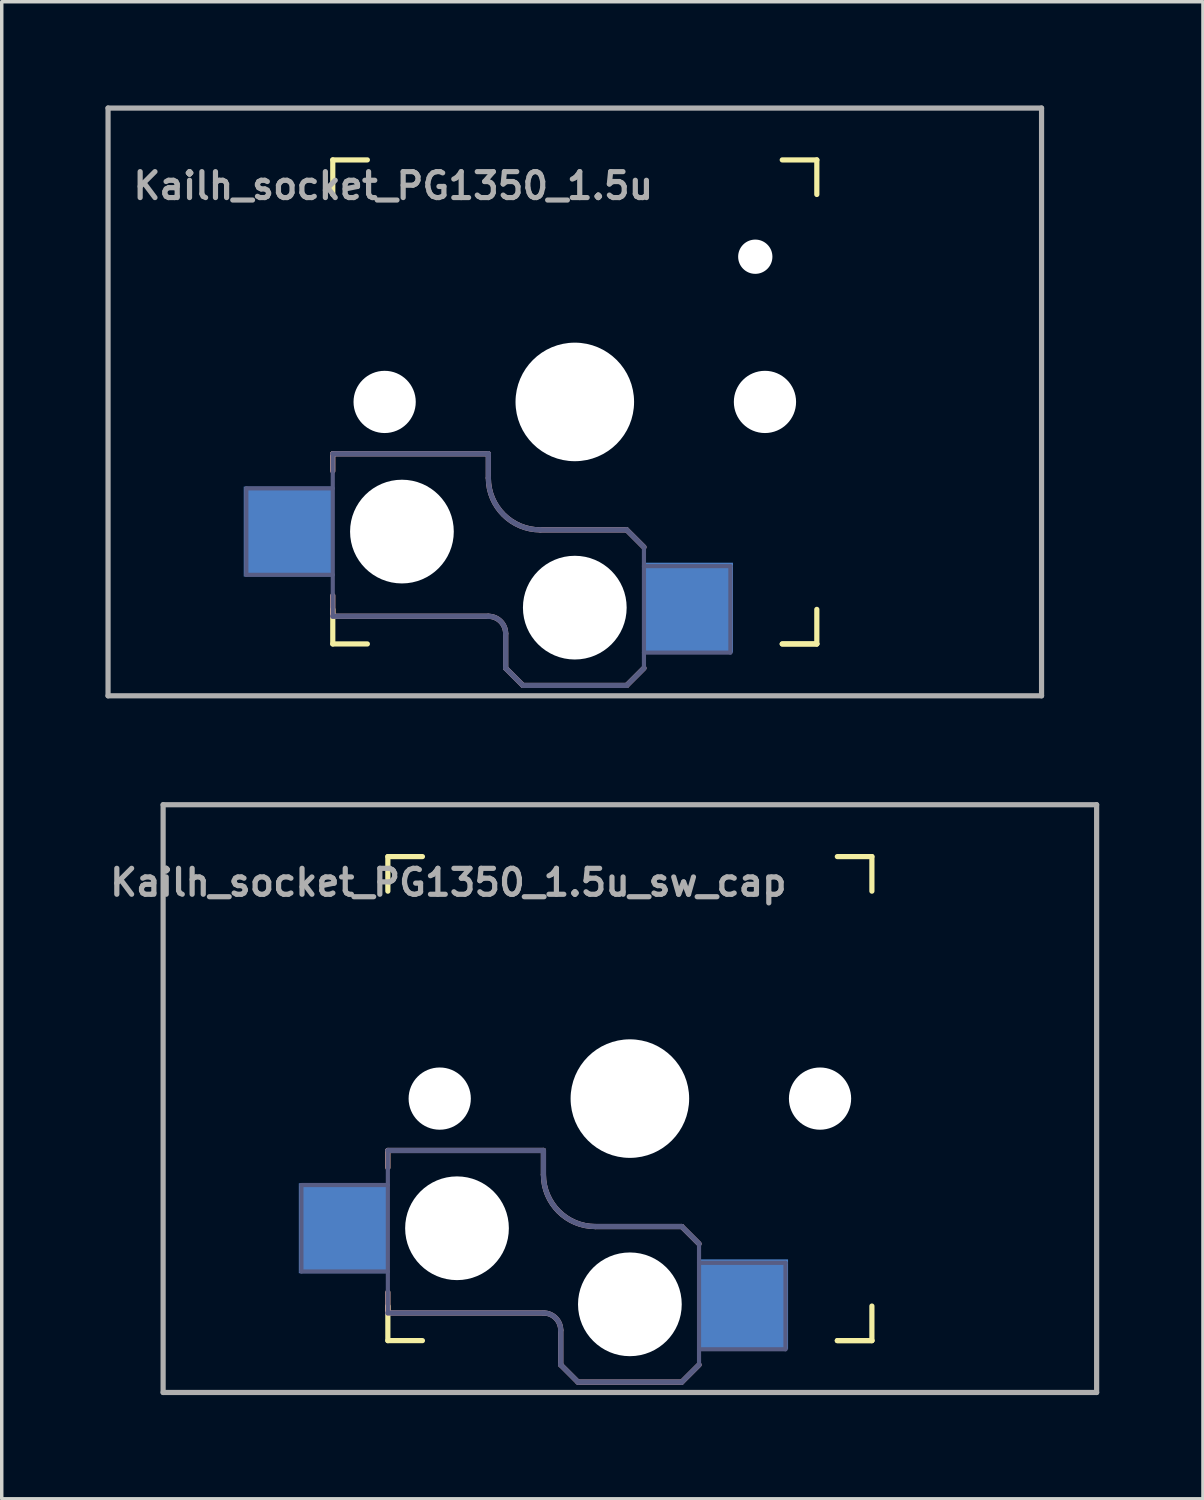
<source format=kicad_pcb>
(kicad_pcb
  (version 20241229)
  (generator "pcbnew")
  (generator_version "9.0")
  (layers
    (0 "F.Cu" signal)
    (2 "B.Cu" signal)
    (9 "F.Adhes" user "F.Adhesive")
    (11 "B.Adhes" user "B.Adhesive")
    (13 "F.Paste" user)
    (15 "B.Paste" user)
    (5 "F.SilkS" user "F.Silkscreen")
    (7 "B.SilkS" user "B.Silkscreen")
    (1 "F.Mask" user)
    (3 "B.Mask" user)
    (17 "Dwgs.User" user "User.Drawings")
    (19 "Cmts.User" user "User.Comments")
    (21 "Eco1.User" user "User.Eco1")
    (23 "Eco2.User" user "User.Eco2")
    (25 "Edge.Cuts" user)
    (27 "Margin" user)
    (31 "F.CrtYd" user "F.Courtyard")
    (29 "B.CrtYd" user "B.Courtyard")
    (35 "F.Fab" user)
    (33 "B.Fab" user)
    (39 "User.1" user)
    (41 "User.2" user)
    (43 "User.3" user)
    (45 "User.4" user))
  (footprint "Kailh_socket_PG1350_1.5u_sw_cap"
    (layer "F.Cu")
    (at 15.168 28.725)
    (property "Reference" "Kailh_socket_PG1350_1.5u_sw_cap" (at -5.25 -6.25 180) (layer "F.Fab") (effects (font (size 0.75 0.75) (thickness 0.15))))
    (attr smd)
    (fp_line (start -7 -6) (end -7 -7) (stroke (width 0.15) (type solid)) (layer "F.SilkS"))
    (fp_line (start -7 7) (end -7 6) (stroke (width 0.15) (type solid)) (layer "F.SilkS"))
    (fp_line (start -7 7) (end -6 7) (stroke (width 0.15) (type solid)) (layer "F.SilkS"))
    (fp_line (start -6 -7) (end -7 -7) (stroke (width 0.15) (type solid)) (layer "F.SilkS"))
    (fp_line (start 6 7) (end 7 7) (stroke (width 0.15) (type solid)) (layer "F.SilkS"))
    (fp_line (start 7 -7) (end 6 -7) (stroke (width 0.15) (type solid)) (layer "F.SilkS"))
    (fp_line (start 7 -7) (end 7 -6) (stroke (width 0.15) (type solid)) (layer "F.SilkS"))
    (fp_line (start 7 6) (end 7 7) (stroke (width 0.15) (type solid)) (layer "F.SilkS"))
    (fp_line (start 7 7) (end 6 7) (stroke (width 0.15) (type solid)) (layer "F.SilkS"))
    (fp_line (start -7 1.5) (end -7 2) (stroke (width 0.15) (type solid)) (layer "B.SilkS"))
    (fp_line (start -7 5.6) (end -7 6.2) (stroke (width 0.15) (type solid)) (layer "B.SilkS"))
    (fp_line (start -7 6.2) (end -2.5 6.2) (stroke (width 0.15) (type solid)) (layer "B.SilkS"))
    (fp_line (start -2.5 1.5) (end -7 1.5) (stroke (width 0.15) (type solid)) (layer "B.SilkS"))
    (fp_line (start -2.5 2.2) (end -2.5 1.5) (stroke (width 0.15) (type solid)) (layer "B.SilkS"))
    (fp_line (start -2 6.7) (end -2 7.7) (stroke (width 0.15) (type solid)) (layer "B.SilkS"))
    (fp_line (start -1.5 8.2) (end -2 7.7) (stroke (width 0.15) (type solid)) (layer "B.SilkS"))
    (fp_line (start 1.5 3.7) (end -1 3.7) (stroke (width 0.15) (type solid)) (layer "B.SilkS"))
    (fp_line (start 1.5 8.2) (end -1.5 8.2) (stroke (width 0.15) (type solid)) (layer "B.SilkS"))
    (fp_line (start 2 4.2) (end 1.5 3.7) (stroke (width 0.15) (type solid)) (layer "B.SilkS"))
    (fp_line (start 2 7.7) (end 1.5 8.2) (stroke (width 0.15) (type solid)) (layer "B.SilkS"))
    (fp_arc (start -2.5 6.2) (mid -2.146447 6.346447) (end -2 6.7) (stroke (width 0.15) (type solid)) (layer "B.SilkS"))
    (fp_arc (start -1 3.7) (mid -2.06066 3.26066) (end -2.5 2.2) (stroke (width 0.15) (type solid)) (layer "B.SilkS"))
    (fp_line (start -6.9 6.9) (end -6.9 -6.9) (stroke (width 0.15) (type solid)) (layer "Eco2.User"))
    (fp_line (start -6.9 6.9) (end 6.9 6.9) (stroke (width 0.15) (type solid)) (layer "Eco2.User"))
    (fp_line (start -2.6 -3.1) (end -2.6 -6.3) (stroke (width 0.15) (type solid)) (layer "Eco2.User"))
    (fp_line (start -2.6 -3.1) (end 2.6 -3.1) (stroke (width 0.15) (type solid)) (layer "Eco2.User"))
    (fp_line (start 2.6 -6.3) (end -2.6 -6.3) (stroke (width 0.15) (type solid)) (layer "Eco2.User"))
    (fp_line (start 2.6 -3.1) (end 2.6 -6.3) (stroke (width 0.15) (type solid)) (layer "Eco2.User"))
    (fp_line (start 6.9 -6.9) (end -6.9 -6.9) (stroke (width 0.15) (type solid)) (layer "Eco2.User"))
    (fp_line (start 6.9 -6.9) (end 6.9 6.9) (stroke (width 0.15) (type solid)) (layer "Eco2.User"))
    (fp_line (start -9.5 2.5) (end -7 2.5) (stroke (width 0.12) (type solid)) (layer "B.Fab"))
    (fp_line (start -9.5 5) (end -9.5 2.5) (stroke (width 0.12) (type solid)) (layer "B.Fab"))
    (fp_line (start -7 1.5) (end -7 6.2) (stroke (width 0.12) (type solid)) (layer "B.Fab"))
    (fp_line (start -7 5) (end -9.5 5) (stroke (width 0.12) (type solid)) (layer "B.Fab"))
    (fp_line (start -7 6.2) (end -2.5 6.2) (stroke (width 0.15) (type solid)) (layer "B.Fab"))
    (fp_line (start -2.5 1.5) (end -7 1.5) (stroke (width 0.15) (type solid)) (layer "B.Fab"))
    (fp_line (start -2.5 2.2) (end -2.5 1.5) (stroke (width 0.15) (type solid)) (layer "B.Fab"))
    (fp_line (start -2 6.7) (end -2 7.7) (stroke (width 0.15) (type solid)) (layer "B.Fab"))
    (fp_line (start -1.5 8.2) (end -2 7.7) (stroke (width 0.15) (type solid)) (layer "B.Fab"))
    (fp_line (start 1.5 3.7) (end -1 3.7) (stroke (width 0.15) (type solid)) (layer "B.Fab"))
    (fp_line (start 1.5 8.2) (end -1.5 8.2) (stroke (width 0.15) (type solid)) (layer "B.Fab"))
    (fp_line (start 2 4.2) (end 1.5 3.7) (stroke (width 0.15) (type solid)) (layer "B.Fab"))
    (fp_line (start 2 4.25) (end 2 7.7) (stroke (width 0.12) (type solid)) (layer "B.Fab"))
    (fp_line (start 2 4.75) (end 4.5 4.75) (stroke (width 0.12) (type solid)) (layer "B.Fab"))
    (fp_line (start 2 7.7) (end 1.5 8.2) (stroke (width 0.15) (type solid)) (layer "B.Fab"))
    (fp_line (start 4.5 4.75) (end 4.5 7.25) (stroke (width 0.12) (type solid)) (layer "B.Fab"))
    (fp_line (start 4.5 7.25) (end 2 7.25) (stroke (width 0.12) (type solid)) (layer "B.Fab"))
    (fp_arc (start -2.5 6.2) (mid -2.146447 6.346447) (end -2 6.7) (stroke (width 0.15) (type solid)) (layer "B.Fab"))
    (fp_arc (start -1 3.7) (mid -2.06066 3.26066) (end -2.5 2.2) (stroke (width 0.15) (type solid)) (layer "B.Fab"))
    (fp_line (start -13.5 -8.5) (end 13.5 -8.5) (stroke (width 0.15) (type solid)) (layer "F.Fab"))
    (fp_line (start -13.5 8.5) (end -13.5 -8.5) (stroke (width 0.15) (type solid)) (layer "F.Fab"))
    (fp_line (start 13.5 -8.5) (end 13.5 8.5) (stroke (width 0.15) (type solid)) (layer "F.Fab"))
    (fp_line (start 13.5 8.5) (end -13.5 8.5) (stroke (width 0.15) (type solid)) (layer "F.Fab"))
    (pad "" np_thru_hole circle (at -5.5 0) (size 1.8 1.8) (drill 1.8) (layers "*.Cu" "*.Mask"))
    (pad "" np_thru_hole circle (at -5 3.75) (size 3 3) (drill 3) (layers "*.Cu" "*.Mask"))
    (pad "" np_thru_hole circle (at 0 0) (size 3.429 3.429) (drill 3.429) (layers "*.Cu" "*.Mask"))
    (pad "" np_thru_hole circle (at 0 5.95) (size 3 3) (drill 3) (layers "*.Cu" "*.Mask"))
    (pad "" np_thru_hole circle (at 5.5 0) (size 1.8 1.8) (drill 1.8) (layers "*.Cu" "*.Mask"))
    (pad "1" smd rect (at 3.275 5.95) (size 2.6 2.6) (layers "B.Cu" "B.Mask" "B.Paste"))
    (pad "2" smd rect (at -8.275 3.75) (size 2.6 2.6) (layers "B.Cu" "B.Mask" "B.Paste")))
  (footprint "Kailh_socket_PG1350_1.5u"
    (layer "F.Cu")
    (at 13.575 8.575)
    (property "Reference" "Kailh_socket_PG1350_1.5u" (at -5.25 -6.25 180) (layer "F.Fab") (effects (font (size 0.75 0.75) (thickness 0.15))))
    (attr smd)
    (fp_line (start -7 -6) (end -7 -7) (stroke (width 0.15) (type solid)) (layer "F.SilkS"))
    (fp_line (start -7 7) (end -7 6) (stroke (width 0.15) (type solid)) (layer "F.SilkS"))
    (fp_line (start -7 7) (end -6 7) (stroke (width 0.15) (type solid)) (layer "F.SilkS"))
    (fp_line (start -6 -7) (end -7 -7) (stroke (width 0.15) (type solid)) (layer "F.SilkS"))
    (fp_line (start 6 7) (end 7 7) (stroke (width 0.15) (type solid)) (layer "F.SilkS"))
    (fp_line (start 7 -7) (end 6 -7) (stroke (width 0.15) (type solid)) (layer "F.SilkS"))
    (fp_line (start 7 -7) (end 7 -6) (stroke (width 0.15) (type solid)) (layer "F.SilkS"))
    (fp_line (start 7 6) (end 7 7) (stroke (width 0.15) (type solid)) (layer "F.SilkS"))
    (fp_line (start 7 7) (end 6 7) (stroke (width 0.15) (type solid)) (layer "F.SilkS"))
    (fp_line (start -7 1.5) (end -7 2) (stroke (width 0.15) (type solid)) (layer "B.SilkS"))
    (fp_line (start -7 5.6) (end -7 6.2) (stroke (width 0.15) (type solid)) (layer "B.SilkS"))
    (fp_line (start -7 6.2) (end -2.5 6.2) (stroke (width 0.15) (type solid)) (layer "B.SilkS"))
    (fp_line (start -2.5 1.5) (end -7 1.5) (stroke (width 0.15) (type solid)) (layer "B.SilkS"))
    (fp_line (start -2.5 2.2) (end -2.5 1.5) (stroke (width 0.15) (type solid)) (layer "B.SilkS"))
    (fp_line (start -2 6.7) (end -2 7.7) (stroke (width 0.15) (type solid)) (layer "B.SilkS"))
    (fp_line (start -1.5 8.2) (end -2 7.7) (stroke (width 0.15) (type solid)) (layer "B.SilkS"))
    (fp_line (start 1.5 3.7) (end -1 3.7) (stroke (width 0.15) (type solid)) (layer "B.SilkS"))
    (fp_line (start 1.5 8.2) (end -1.5 8.2) (stroke (width 0.15) (type solid)) (layer "B.SilkS"))
    (fp_line (start 2 4.2) (end 1.5 3.7) (stroke (width 0.15) (type solid)) (layer "B.SilkS"))
    (fp_line (start 2 7.7) (end 1.5 8.2) (stroke (width 0.15) (type solid)) (layer "B.SilkS"))
    (fp_arc (start -2.5 6.2) (mid -2.146447 6.346447) (end -2 6.7) (stroke (width 0.15) (type solid)) (layer "B.SilkS"))
    (fp_arc (start -1 3.7) (mid -2.06066 3.26066) (end -2.5 2.2) (stroke (width 0.15) (type solid)) (layer "B.SilkS"))
    (fp_line (start -6.9 6.9) (end -6.9 -6.9) (stroke (width 0.15) (type solid)) (layer "Eco2.User"))
    (fp_line (start -6.9 6.9) (end 6.9 6.9) (stroke (width 0.15) (type solid)) (layer "Eco2.User"))
    (fp_line (start -2.6 -3.1) (end -2.6 -6.3) (stroke (width 0.15) (type solid)) (layer "Eco2.User"))
    (fp_line (start -2.6 -3.1) (end 2.6 -3.1) (stroke (width 0.15) (type solid)) (layer "Eco2.User"))
    (fp_line (start 2.6 -6.3) (end -2.6 -6.3) (stroke (width 0.15) (type solid)) (layer "Eco2.User"))
    (fp_line (start 2.6 -3.1) (end 2.6 -6.3) (stroke (width 0.15) (type solid)) (layer "Eco2.User"))
    (fp_line (start 6.9 -6.9) (end -6.9 -6.9) (stroke (width 0.15) (type solid)) (layer "Eco2.User"))
    (fp_line (start 6.9 -6.9) (end 6.9 6.9) (stroke (width 0.15) (type solid)) (layer "Eco2.User"))
    (fp_line (start -9.5 2.5) (end -7 2.5) (stroke (width 0.12) (type solid)) (layer "B.Fab"))
    (fp_line (start -9.5 5) (end -9.5 2.5) (stroke (width 0.12) (type solid)) (layer "B.Fab"))
    (fp_line (start -7 1.5) (end -7 6.2) (stroke (width 0.12) (type solid)) (layer "B.Fab"))
    (fp_line (start -7 5) (end -9.5 5) (stroke (width 0.12) (type solid)) (layer "B.Fab"))
    (fp_line (start -7 6.2) (end -2.5 6.2) (stroke (width 0.15) (type solid)) (layer "B.Fab"))
    (fp_line (start -2.5 1.5) (end -7 1.5) (stroke (width 0.15) (type solid)) (layer "B.Fab"))
    (fp_line (start -2.5 2.2) (end -2.5 1.5) (stroke (width 0.15) (type solid)) (layer "B.Fab"))
    (fp_line (start -2 6.7) (end -2 7.7) (stroke (width 0.15) (type solid)) (layer "B.Fab"))
    (fp_line (start -1.5 8.2) (end -2 7.7) (stroke (width 0.15) (type solid)) (layer "B.Fab"))
    (fp_line (start 1.5 3.7) (end -1 3.7) (stroke (width 0.15) (type solid)) (layer "B.Fab"))
    (fp_line (start 1.5 8.2) (end -1.5 8.2) (stroke (width 0.15) (type solid)) (layer "B.Fab"))
    (fp_line (start 2 4.2) (end 1.5 3.7) (stroke (width 0.15) (type solid)) (layer "B.Fab"))
    (fp_line (start 2 4.25) (end 2 7.7) (stroke (width 0.12) (type solid)) (layer "B.Fab"))
    (fp_line (start 2 4.75) (end 4.5 4.75) (stroke (width 0.12) (type solid)) (layer "B.Fab"))
    (fp_line (start 2 7.7) (end 1.5 8.2) (stroke (width 0.15) (type solid)) (layer "B.Fab"))
    (fp_line (start 4.5 4.75) (end 4.5 7.25) (stroke (width 0.12) (type solid)) (layer "B.Fab"))
    (fp_line (start 4.5 7.25) (end 2 7.25) (stroke (width 0.12) (type solid)) (layer "B.Fab"))
    (fp_arc (start -2.5 6.2) (mid -2.146447 6.346447) (end -2 6.7) (stroke (width 0.15) (type solid)) (layer "B.Fab"))
    (fp_arc (start -1 3.7) (mid -2.06066 3.26066) (end -2.5 2.2) (stroke (width 0.15) (type solid)) (layer "B.Fab"))
    (fp_line (start -13.5 -8.5) (end 13.5 -8.5) (stroke (width 0.15) (type solid)) (layer "F.Fab"))
    (fp_line (start -13.5 8.5) (end -13.5 -8.5) (stroke (width 0.15) (type solid)) (layer "F.Fab"))
    (fp_line (start 13.5 -8.5) (end 13.5 8.5) (stroke (width 0.15) (type solid)) (layer "F.Fab"))
    (fp_line (start 13.5 8.5) (end -13.5 8.5) (stroke (width 0.15) (type solid)) (layer "F.Fab"))
    (pad "" np_thru_hole circle (at -5.5 0) (size 1.8 1.8) (drill 1.8) (layers "*.Cu" "*.Mask"))
    (pad "" np_thru_hole circle (at -5 3.75) (size 3 3) (drill 3) (layers "*.Cu" "*.Mask"))
    (pad "" np_thru_hole circle (at 0 0) (size 3.429 3.429) (drill 3.429) (layers "*.Cu" "*.Mask"))
    (pad "" np_thru_hole circle (at 0 5.95) (size 3 3) (drill 3) (layers "*.Cu" "*.Mask"))
    (pad "" np_thru_hole circle (at 5.22 -4.2) (size 0.991 0.991) (drill 0.991) (layers "*.Cu" "*.Mask"))
    (pad "" np_thru_hole circle (at 5.5 0) (size 1.8 1.8) (drill 1.8) (layers "*.Cu" "*.Mask"))
    (pad "1" smd rect (at 3.275 5.95) (size 2.6 2.6) (layers "B.Cu" "B.Mask" "B.Paste"))
    (pad "2" smd rect (at -8.275 3.75) (size 2.6 2.6) (layers "B.Cu" "B.Mask" "B.Paste")))
  (gr_rect
    (start -3 -3)
    (end 31.743 40.3)
    (stroke (width 0.1) (type default))
    (fill no)
    (layer "Edge.Cuts")))
</source>
